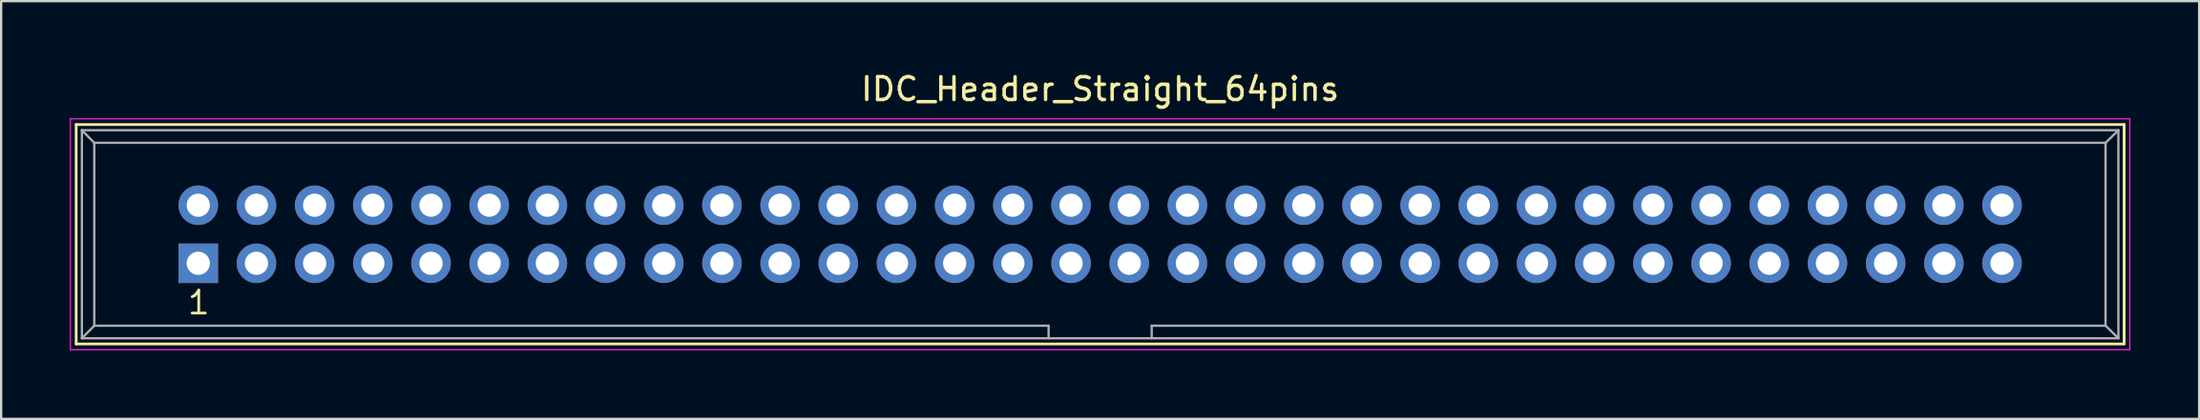
<source format=kicad_pcb>
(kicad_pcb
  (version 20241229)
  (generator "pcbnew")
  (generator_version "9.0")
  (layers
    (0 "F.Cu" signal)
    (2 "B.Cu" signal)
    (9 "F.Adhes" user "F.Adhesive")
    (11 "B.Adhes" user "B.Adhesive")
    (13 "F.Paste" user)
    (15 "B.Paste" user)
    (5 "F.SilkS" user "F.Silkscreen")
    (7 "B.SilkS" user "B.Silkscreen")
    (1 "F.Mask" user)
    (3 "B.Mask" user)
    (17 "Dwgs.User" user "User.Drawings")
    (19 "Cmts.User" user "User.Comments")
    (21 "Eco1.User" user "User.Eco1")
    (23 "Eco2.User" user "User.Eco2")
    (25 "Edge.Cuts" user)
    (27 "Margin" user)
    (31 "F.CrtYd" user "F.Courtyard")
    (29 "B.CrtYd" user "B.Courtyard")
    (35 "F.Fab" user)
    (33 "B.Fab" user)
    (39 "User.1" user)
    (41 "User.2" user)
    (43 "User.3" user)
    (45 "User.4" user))
  (footprint "IDC_Header_Straight_64pins"
    (layer "F.Cu")
    (at 5.605 8.468)
    (property "Reference" "IDC_Header_Straight_64pins" (at 39.37 -7.62 0) (layer "F.SilkS") (effects (font (size 1 1) (thickness 0.15))))
    (attr through_hole)
    (fp_line (start -5.33 -6.07) (end 84.07 -6.07) (stroke (width 0.12) (type solid)) (layer "F.SilkS"))
    (fp_line (start -5.33 3.53) (end -5.33 -6.07) (stroke (width 0.12) (type solid)) (layer "F.SilkS"))
    (fp_line (start 84.07 -6.07) (end 84.07 3.53) (stroke (width 0.12) (type solid)) (layer "F.SilkS"))
    (fp_line (start 84.07 3.53) (end -5.33 3.53) (stroke (width 0.12) (type solid)) (layer "F.SilkS"))
    (fp_line (start -5.58 -6.32) (end 84.32 -6.32) (stroke (width 0.05) (type solid)) (layer "F.CrtYd"))
    (fp_line (start -5.58 3.78) (end -5.58 -6.32) (stroke (width 0.05) (type solid)) (layer "F.CrtYd"))
    (fp_line (start 84.32 -6.32) (end 84.32 3.78) (stroke (width 0.05) (type solid)) (layer "F.CrtYd"))
    (fp_line (start 84.32 3.78) (end -5.58 3.78) (stroke (width 0.05) (type solid)) (layer "F.CrtYd"))
    (fp_line (start -5.08 -5.82) (end -5.08 3.28) (stroke (width 0.1) (type solid)) (layer "F.Fab"))
    (fp_line (start -5.08 -5.82) (end -4.54 -5.27) (stroke (width 0.1) (type solid)) (layer "F.Fab"))
    (fp_line (start -5.08 -5.82) (end 83.82 -5.82) (stroke (width 0.1) (type solid)) (layer "F.Fab"))
    (fp_line (start -5.08 3.28) (end -4.54 2.73) (stroke (width 0.1) (type solid)) (layer "F.Fab"))
    (fp_line (start -5.08 3.28) (end 83.82 3.28) (stroke (width 0.1) (type solid)) (layer "F.Fab"))
    (fp_line (start -4.54 -5.27) (end -4.54 2.73) (stroke (width 0.1) (type solid)) (layer "F.Fab"))
    (fp_line (start -4.54 -5.27) (end 83.26 -5.27) (stroke (width 0.1) (type solid)) (layer "F.Fab"))
    (fp_line (start -4.54 2.73) (end 37.12 2.73) (stroke (width 0.1) (type solid)) (layer "F.Fab"))
    (fp_line (start 37.12 2.73) (end 37.12 3.28) (stroke (width 0.1) (type solid)) (layer "F.Fab"))
    (fp_line (start 41.62 2.73) (end 41.62 3.28) (stroke (width 0.1) (type solid)) (layer "F.Fab"))
    (fp_line (start 41.62 2.73) (end 83.26 2.73) (stroke (width 0.1) (type solid)) (layer "F.Fab"))
    (fp_line (start 83.26 -5.27) (end 83.26 2.73) (stroke (width 0.1) (type solid)) (layer "F.Fab"))
    (fp_line (start 83.82 -5.82) (end 83.26 -5.27) (stroke (width 0.1) (type solid)) (layer "F.Fab"))
    (fp_line (start 83.82 -5.82) (end 83.82 3.28) (stroke (width 0.1) (type solid)) (layer "F.Fab"))
    (fp_line (start 83.82 3.28) (end 83.26 2.73) (stroke (width 0.1) (type solid)) (layer "F.Fab"))
    (fp_text user "1" (at 0.02 1.72 0) (layer "F.SilkS") (effects (font (size 1 1) (thickness 0.12))))
    (pad "1" thru_hole rect (at 0 0) (size 1.727 1.727) (drill 1.016) (layers "*.Cu" "*.Mask"))
    (pad "2" thru_hole oval (at 0 -2.54) (size 1.727 1.727) (drill 1.016) (layers "*.Cu" "*.Mask"))
    (pad "3" thru_hole oval (at 2.54 0) (size 1.727 1.727) (drill 1.016) (layers "*.Cu" "*.Mask"))
    (pad "4" thru_hole oval (at 2.54 -2.54) (size 1.727 1.727) (drill 1.016) (layers "*.Cu" "*.Mask"))
    (pad "5" thru_hole oval (at 5.08 0) (size 1.727 1.727) (drill 1.016) (layers "*.Cu" "*.Mask"))
    (pad "6" thru_hole oval (at 5.08 -2.54) (size 1.727 1.727) (drill 1.016) (layers "*.Cu" "*.Mask"))
    (pad "7" thru_hole oval (at 7.62 0) (size 1.727 1.727) (drill 1.016) (layers "*.Cu" "*.Mask"))
    (pad "8" thru_hole oval (at 7.62 -2.54) (size 1.727 1.727) (drill 1.016) (layers "*.Cu" "*.Mask"))
    (pad "9" thru_hole oval (at 10.16 0) (size 1.727 1.727) (drill 1.016) (layers "*.Cu" "*.Mask"))
    (pad "10" thru_hole oval (at 10.16 -2.54) (size 1.727 1.727) (drill 1.016) (layers "*.Cu" "*.Mask"))
    (pad "11" thru_hole oval (at 12.7 0) (size 1.727 1.727) (drill 1.016) (layers "*.Cu" "*.Mask"))
    (pad "12" thru_hole oval (at 12.7 -2.54) (size 1.727 1.727) (drill 1.016) (layers "*.Cu" "*.Mask"))
    (pad "13" thru_hole oval (at 15.24 0) (size 1.727 1.727) (drill 1.016) (layers "*.Cu" "*.Mask"))
    (pad "14" thru_hole oval (at 15.24 -2.54) (size 1.727 1.727) (drill 1.016) (layers "*.Cu" "*.Mask"))
    (pad "15" thru_hole oval (at 17.78 0) (size 1.727 1.727) (drill 1.016) (layers "*.Cu" "*.Mask"))
    (pad "16" thru_hole oval (at 17.78 -2.54) (size 1.727 1.727) (drill 1.016) (layers "*.Cu" "*.Mask"))
    (pad "17" thru_hole oval (at 20.32 0) (size 1.727 1.727) (drill 1.016) (layers "*.Cu" "*.Mask"))
    (pad "18" thru_hole oval (at 20.32 -2.54) (size 1.727 1.727) (drill 1.016) (layers "*.Cu" "*.Mask"))
    (pad "19" thru_hole oval (at 22.86 0) (size 1.727 1.727) (drill 1.016) (layers "*.Cu" "*.Mask"))
    (pad "20" thru_hole oval (at 22.86 -2.54) (size 1.727 1.727) (drill 1.016) (layers "*.Cu" "*.Mask"))
    (pad "21" thru_hole oval (at 25.4 0) (size 1.727 1.727) (drill 1.016) (layers "*.Cu" "*.Mask"))
    (pad "22" thru_hole oval (at 25.4 -2.54) (size 1.727 1.727) (drill 1.016) (layers "*.Cu" "*.Mask"))
    (pad "23" thru_hole oval (at 27.94 0) (size 1.727 1.727) (drill 1.016) (layers "*.Cu" "*.Mask"))
    (pad "24" thru_hole oval (at 27.94 -2.54) (size 1.727 1.727) (drill 1.016) (layers "*.Cu" "*.Mask"))
    (pad "25" thru_hole oval (at 30.48 0) (size 1.727 1.727) (drill 1.016) (layers "*.Cu" "*.Mask"))
    (pad "26" thru_hole oval (at 30.48 -2.54) (size 1.727 1.727) (drill 1.016) (layers "*.Cu" "*.Mask"))
    (pad "27" thru_hole oval (at 33.02 0) (size 1.727 1.727) (drill 1.016) (layers "*.Cu" "*.Mask"))
    (pad "28" thru_hole oval (at 33.02 -2.54) (size 1.727 1.727) (drill 1.016) (layers "*.Cu" "*.Mask"))
    (pad "29" thru_hole oval (at 35.56 0) (size 1.727 1.727) (drill 1.016) (layers "*.Cu" "*.Mask"))
    (pad "30" thru_hole oval (at 35.56 -2.54) (size 1.727 1.727) (drill 1.016) (layers "*.Cu" "*.Mask"))
    (pad "31" thru_hole oval (at 38.1 0) (size 1.727 1.727) (drill 1.016) (layers "*.Cu" "*.Mask"))
    (pad "32" thru_hole oval (at 38.1 -2.54) (size 1.727 1.727) (drill 1.016) (layers "*.Cu" "*.Mask"))
    (pad "33" thru_hole oval (at 40.64 0) (size 1.727 1.727) (drill 1.016) (layers "*.Cu" "*.Mask"))
    (pad "34" thru_hole oval (at 40.64 -2.54) (size 1.727 1.727) (drill 1.016) (layers "*.Cu" "*.Mask"))
    (pad "35" thru_hole oval (at 43.18 0) (size 1.727 1.727) (drill 1.016) (layers "*.Cu" "*.Mask"))
    (pad "36" thru_hole oval (at 43.18 -2.54) (size 1.727 1.727) (drill 1.016) (layers "*.Cu" "*.Mask"))
    (pad "37" thru_hole oval (at 45.72 0) (size 1.727 1.727) (drill 1.016) (layers "*.Cu" "*.Mask"))
    (pad "38" thru_hole oval (at 45.72 -2.54) (size 1.727 1.727) (drill 1.016) (layers "*.Cu" "*.Mask"))
    (pad "39" thru_hole oval (at 48.26 0) (size 1.727 1.727) (drill 1.016) (layers "*.Cu" "*.Mask"))
    (pad "40" thru_hole oval (at 48.26 -2.54) (size 1.727 1.727) (drill 1.016) (layers "*.Cu" "*.Mask"))
    (pad "41" thru_hole oval (at 50.8 0) (size 1.727 1.727) (drill 1.016) (layers "*.Cu" "*.Mask"))
    (pad "42" thru_hole oval (at 50.8 -2.54) (size 1.727 1.727) (drill 1.016) (layers "*.Cu" "*.Mask"))
    (pad "43" thru_hole oval (at 53.34 0) (size 1.727 1.727) (drill 1.016) (layers "*.Cu" "*.Mask"))
    (pad "44" thru_hole oval (at 53.34 -2.54) (size 1.727 1.727) (drill 1.016) (layers "*.Cu" "*.Mask"))
    (pad "45" thru_hole oval (at 55.88 0) (size 1.727 1.727) (drill 1.016) (layers "*.Cu" "*.Mask"))
    (pad "46" thru_hole oval (at 55.88 -2.54) (size 1.727 1.727) (drill 1.016) (layers "*.Cu" "*.Mask"))
    (pad "47" thru_hole oval (at 58.42 0) (size 1.727 1.727) (drill 1.016) (layers "*.Cu" "*.Mask"))
    (pad "48" thru_hole oval (at 58.42 -2.54) (size 1.727 1.727) (drill 1.016) (layers "*.Cu" "*.Mask"))
    (pad "49" thru_hole oval (at 60.96 0) (size 1.727 1.727) (drill 1.016) (layers "*.Cu" "*.Mask"))
    (pad "50" thru_hole oval (at 60.96 -2.54) (size 1.727 1.727) (drill 1.016) (layers "*.Cu" "*.Mask"))
    (pad "51" thru_hole oval (at 63.5 0) (size 1.727 1.727) (drill 1.016) (layers "*.Cu" "*.Mask"))
    (pad "52" thru_hole oval (at 63.5 -2.54) (size 1.727 1.727) (drill 1.016) (layers "*.Cu" "*.Mask"))
    (pad "53" thru_hole oval (at 66.04 0) (size 1.727 1.727) (drill 1.016) (layers "*.Cu" "*.Mask"))
    (pad "54" thru_hole oval (at 66.04 -2.54) (size 1.727 1.727) (drill 1.016) (layers "*.Cu" "*.Mask"))
    (pad "55" thru_hole oval (at 68.58 0) (size 1.727 1.727) (drill 1.016) (layers "*.Cu" "*.Mask"))
    (pad "56" thru_hole oval (at 68.58 -2.54) (size 1.727 1.727) (drill 1.016) (layers "*.Cu" "*.Mask"))
    (pad "57" thru_hole oval (at 71.12 0) (size 1.727 1.727) (drill 1.016) (layers "*.Cu" "*.Mask"))
    (pad "58" thru_hole oval (at 71.12 -2.54) (size 1.727 1.727) (drill 1.016) (layers "*.Cu" "*.Mask"))
    (pad "59" thru_hole oval (at 73.66 0) (size 1.727 1.727) (drill 1.016) (layers "*.Cu" "*.Mask"))
    (pad "60" thru_hole oval (at 73.66 -2.54) (size 1.727 1.727) (drill 1.016) (layers "*.Cu" "*.Mask"))
    (pad "61" thru_hole oval (at 76.2 0) (size 1.727 1.727) (drill 1.016) (layers "*.Cu" "*.Mask"))
    (pad "62" thru_hole oval (at 76.2 -2.54) (size 1.727 1.727) (drill 1.016) (layers "*.Cu" "*.Mask"))
    (pad "63" thru_hole oval (at 78.74 0) (size 1.727 1.727) (drill 1.016) (layers "*.Cu" "*.Mask"))
    (pad "64" thru_hole oval (at 78.74 -2.54) (size 1.727 1.727) (drill 1.016) (layers "*.Cu" "*.Mask")))
  (gr_rect
    (start -3 -3)
    (end 92.95 15.273)
    (stroke (width 0.1) (type default))
    (fill no)
    (layer "Edge.Cuts")))
</source>
